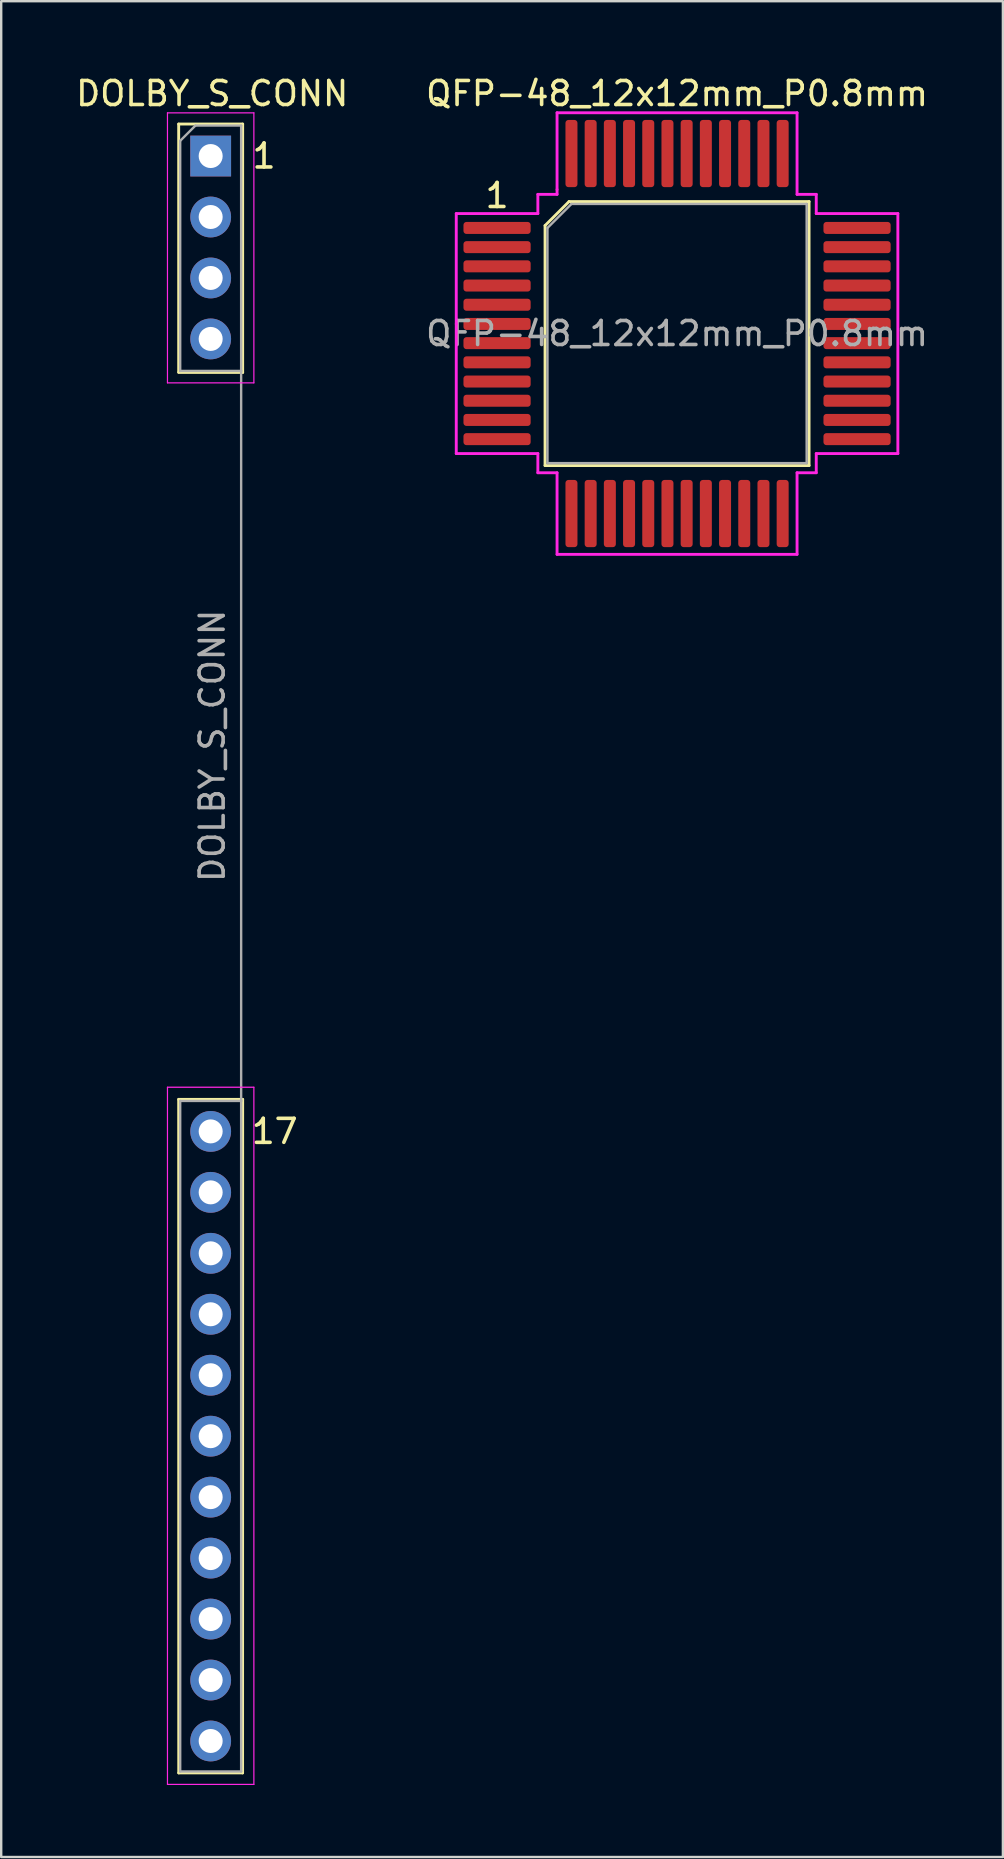
<source format=kicad_pcb>
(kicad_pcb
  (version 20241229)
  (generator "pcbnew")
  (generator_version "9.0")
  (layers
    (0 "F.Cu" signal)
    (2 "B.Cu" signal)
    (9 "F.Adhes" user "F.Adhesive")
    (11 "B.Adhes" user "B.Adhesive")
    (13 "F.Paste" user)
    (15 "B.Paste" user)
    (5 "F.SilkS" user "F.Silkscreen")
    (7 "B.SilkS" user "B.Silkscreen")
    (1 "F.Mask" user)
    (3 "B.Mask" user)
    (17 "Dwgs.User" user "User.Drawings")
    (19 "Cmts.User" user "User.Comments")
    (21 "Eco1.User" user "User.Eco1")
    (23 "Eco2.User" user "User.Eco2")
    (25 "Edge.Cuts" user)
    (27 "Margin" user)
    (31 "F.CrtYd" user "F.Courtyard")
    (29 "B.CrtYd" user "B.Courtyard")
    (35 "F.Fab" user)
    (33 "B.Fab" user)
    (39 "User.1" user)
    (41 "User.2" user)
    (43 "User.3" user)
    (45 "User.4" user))
  (footprint "QFP-48_12x12mm_P0.8mm"
    (layer "F.Cu")
    (at 25.161 10.848)
    (property "Reference" "QFP-48_12x12mm_P0.8mm" (at 0 -10 0) (layer "F.SilkS") (effects (font (size 1 1) (thickness 0.15))))
    (attr smd)
    (fp_line (start -5.5 -4.5) (end -5.5 5.5) (stroke (width 0.12) (type solid)) (layer "F.SilkS"))
    (fp_line (start -5.5 5.5) (end 5.5 5.5) (stroke (width 0.12) (type solid)) (layer "F.SilkS"))
    (fp_line (start -4.5 -5.5) (end -5.5 -4.5) (stroke (width 0.12) (type solid)) (layer "F.SilkS"))
    (fp_line (start 5.5 -5.5) (end -4.5 -5.5) (stroke (width 0.12) (type solid)) (layer "F.SilkS"))
    (fp_line (start 5.5 5.5) (end 5.5 -5.5) (stroke (width 0.12) (type solid)) (layer "F.SilkS"))
    (fp_line (start -9.2 -5) (end -9.2 -0.4) (stroke (width 0.12) (type solid)) (layer "F.CrtYd"))
    (fp_line (start -9.2 -0.4) (end -9.2 5) (stroke (width 0.12) (type solid)) (layer "F.CrtYd"))
    (fp_line (start -9.2 5) (end -5.8 5) (stroke (width 0.12) (type solid)) (layer "F.CrtYd"))
    (fp_line (start -5.8 -5.8) (end -5.8 -5) (stroke (width 0.12) (type solid)) (layer "F.CrtYd"))
    (fp_line (start -5.8 -5) (end -9.2 -5) (stroke (width 0.12) (type solid)) (layer "F.CrtYd"))
    (fp_line (start -5.8 5) (end -5.8 5.8) (stroke (width 0.12) (type solid)) (layer "F.CrtYd"))
    (fp_line (start -5.8 5.8) (end -5 5.8) (stroke (width 0.12) (type solid)) (layer "F.CrtYd"))
    (fp_line (start -5 -9.2) (end -5 -6) (stroke (width 0.12) (type solid)) (layer "F.CrtYd"))
    (fp_line (start -5 -6) (end -5 -5.8) (stroke (width 0.12) (type solid)) (layer "F.CrtYd"))
    (fp_line (start -5 -5.8) (end -5.8 -5.8) (stroke (width 0.12) (type solid)) (layer "F.CrtYd"))
    (fp_line (start -5 5.8) (end -5 9.2) (stroke (width 0.12) (type solid)) (layer "F.CrtYd"))
    (fp_line (start -5 9.2) (end 5 9.2) (stroke (width 0.12) (type solid)) (layer "F.CrtYd"))
    (fp_line (start 5 -9.2) (end -5 -9.2) (stroke (width 0.12) (type solid)) (layer "F.CrtYd"))
    (fp_line (start 5 -5.8) (end 5 -9.2) (stroke (width 0.12) (type solid)) (layer "F.CrtYd"))
    (fp_line (start 5 5.8) (end 5.8 5.8) (stroke (width 0.12) (type solid)) (layer "F.CrtYd"))
    (fp_line (start 5 9.2) (end 5 5.8) (stroke (width 0.12) (type solid)) (layer "F.CrtYd"))
    (fp_line (start 5.8 -5.8) (end 5 -5.8) (stroke (width 0.12) (type solid)) (layer "F.CrtYd"))
    (fp_line (start 5.8 -5) (end 5.8 -5.8) (stroke (width 0.12) (type solid)) (layer "F.CrtYd"))
    (fp_line (start 5.8 5) (end 9.2 5) (stroke (width 0.12) (type solid)) (layer "F.CrtYd"))
    (fp_line (start 5.8 5.8) (end 5.8 5) (stroke (width 0.12) (type solid)) (layer "F.CrtYd"))
    (fp_line (start 9.2 -5) (end 5.8 -5) (stroke (width 0.12) (type solid)) (layer "F.CrtYd"))
    (fp_line (start 9.2 5) (end 9.2 -5) (stroke (width 0.12) (type solid)) (layer "F.CrtYd"))
    (fp_line (start -5.4 -4.4) (end -4.4 -5.4) (stroke (width 0.1) (type solid)) (layer "F.Fab"))
    (fp_line (start -5.4 5.4) (end -5.4 -4.4) (stroke (width 0.1) (type solid)) (layer "F.Fab"))
    (fp_line (start -4.4 -5.4) (end 5.4 -5.4) (stroke (width 0.1) (type solid)) (layer "F.Fab"))
    (fp_line (start 5.4 -5.4) (end 5.4 5.4) (stroke (width 0.1) (type solid)) (layer "F.Fab"))
    (fp_line (start 5.4 5.4) (end -5.4 5.4) (stroke (width 0.1) (type solid)) (layer "F.Fab"))
    (fp_text user "1" (at -7.5 -5.75 0) (layer "F.SilkS") (effects (font (size 1 1) (thickness 0.15))))
    (fp_text user "${REFERENCE}" (at 0 0 0) (layer "F.Fab") (effects (font (size 1 1) (thickness 0.15))))
    (pad "1" smd roundrect (at -7.5 -4.4) (size 2.8 0.5) (layers "F.Cu" "F.Mask" "F.Paste") (roundrect_rratio 0.25))
    (pad "2" smd roundrect (at -7.5 -3.6) (size 2.8 0.5) (layers "F.Cu" "F.Mask" "F.Paste") (roundrect_rratio 0.25))
    (pad "3" smd roundrect (at -7.5 -2.8) (size 2.8 0.5) (layers "F.Cu" "F.Mask" "F.Paste") (roundrect_rratio 0.25))
    (pad "4" smd roundrect (at -7.5 -2) (size 2.8 0.5) (layers "F.Cu" "F.Mask" "F.Paste") (roundrect_rratio 0.25))
    (pad "5" smd roundrect (at -7.5 -1.2) (size 2.8 0.5) (layers "F.Cu" "F.Mask" "F.Paste") (roundrect_rratio 0.25))
    (pad "6" smd roundrect (at -7.5 -0.4) (size 2.8 0.5) (layers "F.Cu" "F.Mask" "F.Paste") (roundrect_rratio 0.25))
    (pad "7" smd roundrect (at -7.5 0.4) (size 2.8 0.5) (layers "F.Cu" "F.Mask" "F.Paste") (roundrect_rratio 0.25))
    (pad "8" smd roundrect (at -7.5 1.2) (size 2.8 0.5) (layers "F.Cu" "F.Mask" "F.Paste") (roundrect_rratio 0.25))
    (pad "9" smd roundrect (at -7.5 2) (size 2.8 0.5) (layers "F.Cu" "F.Mask" "F.Paste") (roundrect_rratio 0.25))
    (pad "10" smd roundrect (at -7.5 2.8) (size 2.8 0.5) (layers "F.Cu" "F.Mask" "F.Paste") (roundrect_rratio 0.25))
    (pad "11" smd roundrect (at -7.5 3.6) (size 2.8 0.5) (layers "F.Cu" "F.Mask" "F.Paste") (roundrect_rratio 0.25))
    (pad "12" smd roundrect (at -7.5 4.4) (size 2.8 0.5) (layers "F.Cu" "F.Mask" "F.Paste") (roundrect_rratio 0.25))
    (pad "13" smd roundrect (at -4.4 7.5 90) (size 2.8 0.5) (layers "F.Cu" "F.Mask" "F.Paste") (roundrect_rratio 0.25))
    (pad "14" smd roundrect (at -3.6 7.5 90) (size 2.8 0.5) (layers "F.Cu" "F.Mask" "F.Paste") (roundrect_rratio 0.25))
    (pad "15" smd roundrect (at -2.8 7.5 90) (size 2.8 0.5) (layers "F.Cu" "F.Mask" "F.Paste") (roundrect_rratio 0.25))
    (pad "16" smd roundrect (at -2 7.5 90) (size 2.8 0.5) (layers "F.Cu" "F.Mask" "F.Paste") (roundrect_rratio 0.25))
    (pad "17" smd roundrect (at -1.2 7.5 90) (size 2.8 0.5) (layers "F.Cu" "F.Mask" "F.Paste") (roundrect_rratio 0.25))
    (pad "18" smd roundrect (at -0.4 7.5 90) (size 2.8 0.5) (layers "F.Cu" "F.Mask" "F.Paste") (roundrect_rratio 0.25))
    (pad "19" smd roundrect (at 0.4 7.5 90) (size 2.8 0.5) (layers "F.Cu" "F.Mask" "F.Paste") (roundrect_rratio 0.25))
    (pad "20" smd roundrect (at 1.2 7.5 90) (size 2.8 0.5) (layers "F.Cu" "F.Mask" "F.Paste") (roundrect_rratio 0.25))
    (pad "21" smd roundrect (at 2 7.5 90) (size 2.8 0.5) (layers "F.Cu" "F.Mask" "F.Paste") (roundrect_rratio 0.25))
    (pad "22" smd roundrect (at 2.8 7.5 90) (size 2.8 0.5) (layers "F.Cu" "F.Mask" "F.Paste") (roundrect_rratio 0.25))
    (pad "23" smd roundrect (at 3.6 7.5 90) (size 2.8 0.5) (layers "F.Cu" "F.Mask" "F.Paste") (roundrect_rratio 0.25))
    (pad "24" smd roundrect (at 4.4 7.5 90) (size 2.8 0.5) (layers "F.Cu" "F.Mask" "F.Paste") (roundrect_rratio 0.25))
    (pad "25" smd roundrect (at 7.5 4.4) (size 2.8 0.5) (layers "F.Cu" "F.Mask" "F.Paste") (roundrect_rratio 0.25))
    (pad "26" smd roundrect (at 7.5 3.6) (size 2.8 0.5) (layers "F.Cu" "F.Mask" "F.Paste") (roundrect_rratio 0.25))
    (pad "27" smd roundrect (at 7.5 2.8) (size 2.8 0.5) (layers "F.Cu" "F.Mask" "F.Paste") (roundrect_rratio 0.25))
    (pad "28" smd roundrect (at 7.5 2) (size 2.8 0.5) (layers "F.Cu" "F.Mask" "F.Paste") (roundrect_rratio 0.25))
    (pad "29" smd roundrect (at 7.5 1.2) (size 2.8 0.5) (layers "F.Cu" "F.Mask" "F.Paste") (roundrect_rratio 0.25))
    (pad "30" smd roundrect (at 7.5 0.4) (size 2.8 0.5) (layers "F.Cu" "F.Mask" "F.Paste") (roundrect_rratio 0.25))
    (pad "31" smd roundrect (at 7.5 -0.4) (size 2.8 0.5) (layers "F.Cu" "F.Mask" "F.Paste") (roundrect_rratio 0.25))
    (pad "32" smd roundrect (at 7.5 -1.2) (size 2.8 0.5) (layers "F.Cu" "F.Mask" "F.Paste") (roundrect_rratio 0.25))
    (pad "33" smd roundrect (at 7.5 -2) (size 2.8 0.5) (layers "F.Cu" "F.Mask" "F.Paste") (roundrect_rratio 0.25))
    (pad "34" smd roundrect (at 7.5 -2.8) (size 2.8 0.5) (layers "F.Cu" "F.Mask" "F.Paste") (roundrect_rratio 0.25))
    (pad "35" smd roundrect (at 7.5 -3.6) (size 2.8 0.5) (layers "F.Cu" "F.Mask" "F.Paste") (roundrect_rratio 0.25))
    (pad "36" smd roundrect (at 7.5 -4.4) (size 2.8 0.5) (layers "F.Cu" "F.Mask" "F.Paste") (roundrect_rratio 0.25))
    (pad "37" smd roundrect (at 4.4 -7.5 90) (size 2.8 0.5) (layers "F.Cu" "F.Mask" "F.Paste") (roundrect_rratio 0.25))
    (pad "38" smd roundrect (at 3.6 -7.5 90) (size 2.8 0.5) (layers "F.Cu" "F.Mask" "F.Paste") (roundrect_rratio 0.25))
    (pad "39" smd roundrect (at 2.8 -7.5 90) (size 2.8 0.5) (layers "F.Cu" "F.Mask" "F.Paste") (roundrect_rratio 0.25))
    (pad "40" smd roundrect (at 2 -7.5 90) (size 2.8 0.5) (layers "F.Cu" "F.Mask" "F.Paste") (roundrect_rratio 0.25))
    (pad "41" smd roundrect (at 1.2 -7.5 90) (size 2.8 0.5) (layers "F.Cu" "F.Mask" "F.Paste") (roundrect_rratio 0.25))
    (pad "42" smd roundrect (at 0.4 -7.5 90) (size 2.8 0.5) (layers "F.Cu" "F.Mask" "F.Paste") (roundrect_rratio 0.25))
    (pad "43" smd roundrect (at -0.4 -7.5 90) (size 2.8 0.5) (layers "F.Cu" "F.Mask" "F.Paste") (roundrect_rratio 0.25))
    (pad "44" smd roundrect (at -1.2 -7.5 90) (size 2.8 0.5) (layers "F.Cu" "F.Mask" "F.Paste") (roundrect_rratio 0.25))
    (pad "45" smd roundrect (at -2 -7.5 90) (size 2.8 0.5) (layers "F.Cu" "F.Mask" "F.Paste") (roundrect_rratio 0.25))
    (pad "46" smd roundrect (at -2.8 -7.5 90) (size 2.8 0.5) (layers "F.Cu" "F.Mask" "F.Paste") (roundrect_rratio 0.25))
    (pad "47" smd roundrect (at -3.6 -7.5 90) (size 2.8 0.5) (layers "F.Cu" "F.Mask" "F.Paste") (roundrect_rratio 0.25))
    (pad "48" smd roundrect (at -4.4 -7.5 90) (size 2.8 0.5) (layers "F.Cu" "F.Mask" "F.Paste") (roundrect_rratio 0.25)))
  (footprint "DOLBY_S_CONN"
    (layer "F.Cu")
    (at 5.728 3.452)
    (property "Reference" "DOLBY_S_CONN" (at 0.064 -2.603 0) (layer "F.SilkS") (effects (font (size 1 1) (thickness 0.15))))
    (attr through_hole)
    (fp_line (start -1.333 -1.333) (end -1.333 9) (stroke (width 0.12) (type solid)) (layer "F.SilkS"))
    (fp_line (start -1.333 -1.333) (end 1.333 -1.333) (stroke (width 0.12) (type solid)) (layer "F.SilkS"))
    (fp_line (start -1.333 9.017) (end 1.333 9.017) (stroke (width 0.12) (type solid)) (layer "F.SilkS"))
    (fp_line (start -1.333 39.306) (end 1.333 39.306) (stroke (width 0.12) (type solid)) (layer "F.SilkS"))
    (fp_line (start -1.33 67.37) (end -1.333 39.306) (stroke (width 0.12) (type solid)) (layer "F.SilkS"))
    (fp_line (start -1.33 67.37) (end 1.33 67.37) (stroke (width 0.12) (type solid)) (layer "F.SilkS"))
    (fp_line (start 1.333 -1.333) (end 1.333 9.017) (stroke (width 0.12) (type solid)) (layer "F.SilkS"))
    (fp_line (start 1.333 39.306) (end 1.33 67.37) (stroke (width 0.12) (type solid)) (layer "F.SilkS"))
    (fp_line (start -1.8 -1.8) (end -1.8 9.45) (stroke (width 0.05) (type solid)) (layer "F.CrtYd"))
    (fp_line (start -1.8 38.8) (end -1.8 67.85) (stroke (width 0.05) (type solid)) (layer "F.CrtYd"))
    (fp_line (start -1.8 67.85) (end 1.8 67.85) (stroke (width 0.05) (type solid)) (layer "F.CrtYd"))
    (fp_line (start 1.8 -1.8) (end -1.8 -1.8) (stroke (width 0.05) (type solid)) (layer "F.CrtYd"))
    (fp_line (start 1.8 9.45) (end -1.8 9.45) (stroke (width 0.05) (type solid)) (layer "F.CrtYd"))
    (fp_line (start 1.8 9.45) (end 1.8 -1.8) (stroke (width 0.05) (type solid)) (layer "F.CrtYd"))
    (fp_line (start 1.8 38.8) (end -1.8 38.8) (stroke (width 0.05) (type solid)) (layer "F.CrtYd"))
    (fp_line (start 1.8 67.85) (end 1.8 38.8) (stroke (width 0.05) (type solid)) (layer "F.CrtYd"))
    (fp_line (start -1.27 -0.635) (end -0.635 -1.27) (stroke (width 0.1) (type solid)) (layer "F.Fab"))
    (fp_line (start -1.27 8.954) (end -1.27 -0.635) (stroke (width 0.1) (type solid)) (layer "F.Fab"))
    (fp_line (start -1.27 8.954) (end 1.27 8.954) (stroke (width 0.1) (type solid)) (layer "F.Fab"))
    (fp_line (start -1.27 39.37) (end 1.27 39.37) (stroke (width 0.1) (type solid)) (layer "F.Fab"))
    (fp_line (start -1.27 67.31) (end -1.27 39.37) (stroke (width 0.1) (type solid)) (layer "F.Fab"))
    (fp_line (start -0.635 -1.27) (end 1.27 -1.27) (stroke (width 0.1) (type solid)) (layer "F.Fab"))
    (fp_line (start 1.27 -1.27) (end 1.27 8.954) (stroke (width 0.1) (type solid)) (layer "F.Fab"))
    (fp_line (start 1.27 39.37) (end 1.27 8.954) (stroke (width 0.1) (type solid)) (layer "F.Fab"))
    (fp_line (start 1.27 39.37) (end 1.27 67.31) (stroke (width 0.1) (type solid)) (layer "F.Fab"))
    (fp_line (start 1.27 67.31) (end -1.27 67.31) (stroke (width 0.1) (type solid)) (layer "F.Fab"))
    (fp_text user "17" (at 2.667 40.64 0) (layer "F.SilkS") (effects (font (size 1 1) (thickness 0.15))))
    (fp_text user "1" (at 2.223 0 0) (layer "F.SilkS") (effects (font (size 1 1) (thickness 0.15))))
    (fp_text user "${REFERENCE}" (at 0.064 24.575 90) (layer "F.Fab") (effects (font (size 1 1) (thickness 0.15))))
    (pad "1" thru_hole rect (at 0 0) (size 1.7 1.7) (drill 1) (layers "*.Cu" "*.Mask"))
    (pad "2" thru_hole oval (at 0 2.54) (size 1.7 1.7) (drill 1) (layers "*.Cu" "*.Mask"))
    (pad "3" thru_hole oval (at 0 5.08) (size 1.7 1.7) (drill 1) (layers "*.Cu" "*.Mask"))
    (pad "4" thru_hole oval (at 0 7.62) (size 1.7 1.7) (drill 1) (layers "*.Cu" "*.Mask"))
    (pad "17" thru_hole oval (at 0 40.64) (size 1.7 1.7) (drill 1) (layers "*.Cu" "*.Mask"))
    (pad "18" thru_hole oval (at 0 43.18) (size 1.7 1.7) (drill 1) (layers "*.Cu" "*.Mask"))
    (pad "19" thru_hole oval (at 0 45.72) (size 1.7 1.7) (drill 1) (layers "*.Cu" "*.Mask"))
    (pad "20" thru_hole oval (at 0 48.26) (size 1.7 1.7) (drill 1) (layers "*.Cu" "*.Mask"))
    (pad "21" thru_hole oval (at 0 50.8) (size 1.7 1.7) (drill 1) (layers "*.Cu" "*.Mask"))
    (pad "22" thru_hole oval (at 0 53.34) (size 1.7 1.7) (drill 1) (layers "*.Cu" "*.Mask"))
    (pad "23" thru_hole oval (at 0 55.88) (size 1.7 1.7) (drill 1) (layers "*.Cu" "*.Mask"))
    (pad "24" thru_hole oval (at 0 58.42) (size 1.7 1.7) (drill 1) (layers "*.Cu" "*.Mask"))
    (pad "25" thru_hole oval (at 0 60.96) (size 1.7 1.7) (drill 1) (layers "*.Cu" "*.Mask"))
    (pad "26" thru_hole oval (at 0 63.5) (size 1.7 1.7) (drill 1) (layers "*.Cu" "*.Mask"))
    (pad "27" thru_hole oval (at 0 66.04) (size 1.7 1.7) (drill 1) (layers "*.Cu" "*.Mask")))
  (gr_rect
    (start -3 -3)
    (end 38.738 74.327)
    (stroke (width 0.1) (type default))
    (fill no)
    (layer "Edge.Cuts")))
</source>
